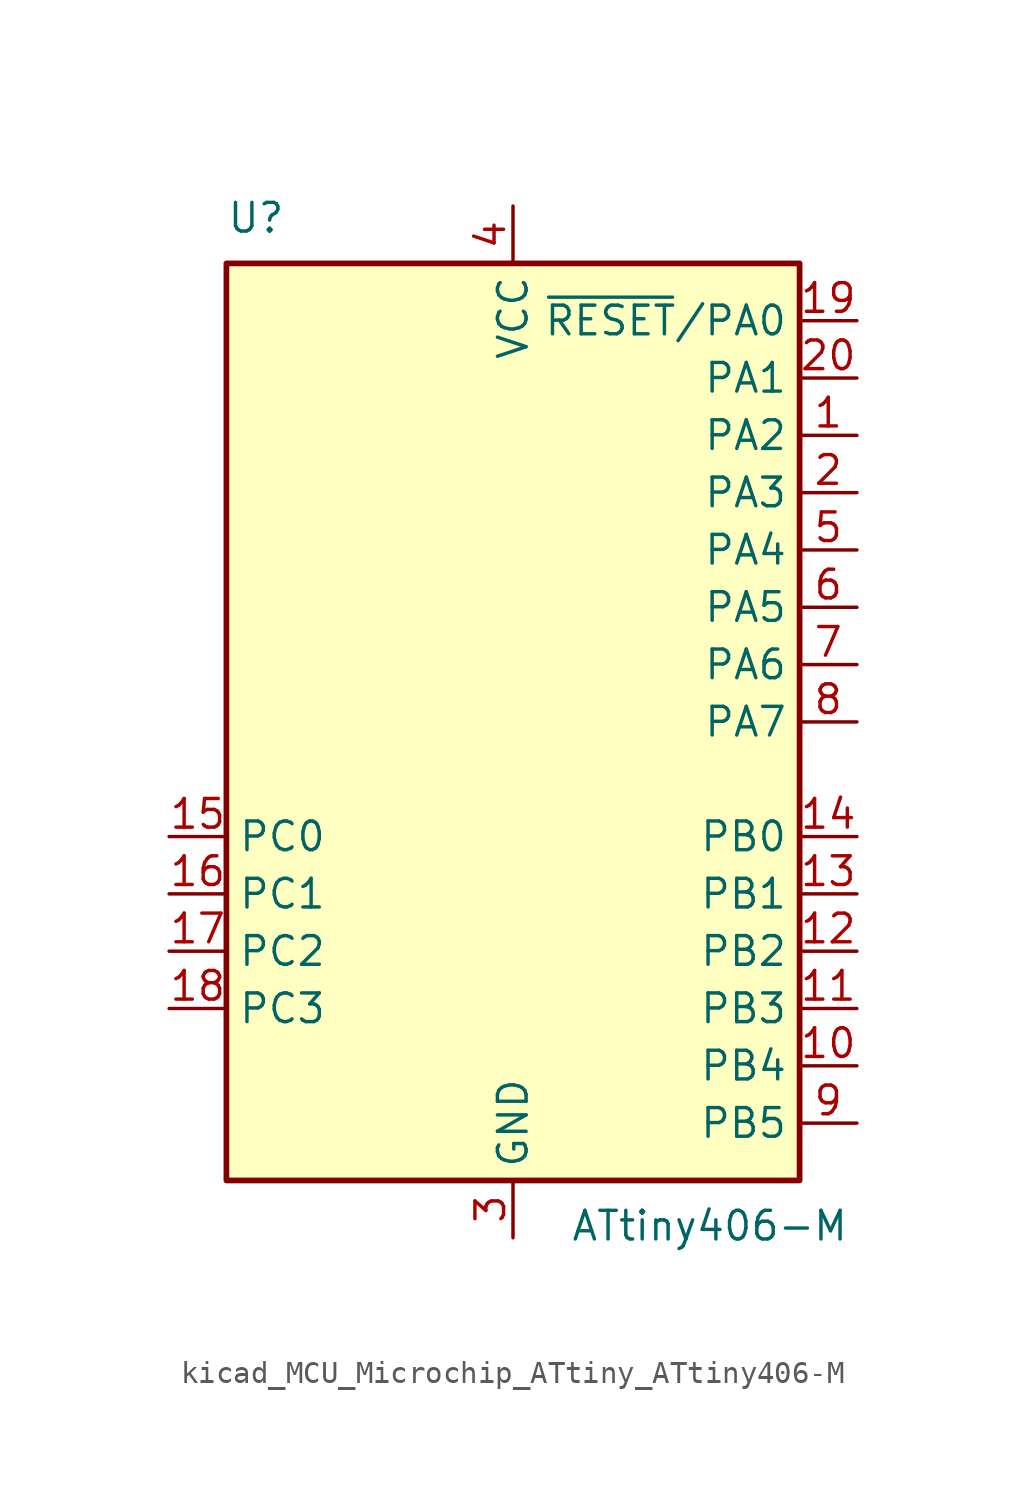
<source format=kicad_sym>
(kicad_symbol_lib
  (version 20220914)
  (generator kicad_symbol_editor)
  (symbol "kicad_MCU_Microchip_ATtiny_ATtiny406-M"
    (property "Reference" "U"
      (at -12.7 21.59 0)
      (effects (font (size 1.27 1.27)) (justify left bottom)))
    (property "Value" "ATtiny406-M"
      (at 2.54 -21.59 0)
      (effects (font (size 1.27 1.27)) (justify left top)))
    (symbol "kicad_MCU_Microchip_ATtiny_ATtiny406-M_0_1"
      (rectangle (start -12.7 -20.32) (end 12.7 20.32) (stroke (width 0.254) (type default)) (fill (type background))))
    (symbol "kicad_MCU_Microchip_ATtiny_ATtiny406-M_1_1"
      (pin bidirectional line (at 15.24 12.7 180) (length 2.54) (name "PA2" (effects (font (size 1.27 1.27)))) (number "1" (effects (font (size 1.27 1.27)))))
      (pin bidirectional line (at 15.24 -15.24 180) (length 2.54) (name "PB4" (effects (font (size 1.27 1.27)))) (number "10" (effects (font (size 1.27 1.27)))))
      (pin bidirectional line (at 15.24 -12.7 180) (length 2.54) (name "PB3" (effects (font (size 1.27 1.27)))) (number "11" (effects (font (size 1.27 1.27)))))
      (pin bidirectional line (at 15.24 -10.16 180) (length 2.54) (name "PB2" (effects (font (size 1.27 1.27)))) (number "12" (effects (font (size 1.27 1.27)))))
      (pin bidirectional line (at 15.24 -7.62 180) (length 2.54) (name "PB1" (effects (font (size 1.27 1.27)))) (number "13" (effects (font (size 1.27 1.27)))))
      (pin bidirectional line (at 15.24 -5.08 180) (length 2.54) (name "PB0" (effects (font (size 1.27 1.27)))) (number "14" (effects (font (size 1.27 1.27)))))
      (pin bidirectional line (at -15.24 -5.08 0) (length 2.54) (name "PC0" (effects (font (size 1.27 1.27)))) (number "15" (effects (font (size 1.27 1.27)))))
      (pin bidirectional line (at -15.24 -7.62 0) (length 2.54) (name "PC1" (effects (font (size 1.27 1.27)))) (number "16" (effects (font (size 1.27 1.27)))))
      (pin bidirectional line (at -15.24 -10.16 0) (length 2.54) (name "PC2" (effects (font (size 1.27 1.27)))) (number "17" (effects (font (size 1.27 1.27)))))
      (pin bidirectional line (at -15.24 -12.7 0) (length 2.54) (name "PC3" (effects (font (size 1.27 1.27)))) (number "18" (effects (font (size 1.27 1.27)))))
      (pin bidirectional line (at 15.24 17.78 180) (length 2.54) (name "~{RESET}/PA0" (effects (font (size 1.27 1.27)))) (number "19" (effects (font (size 1.27 1.27)))))
      (pin bidirectional line (at 15.24 10.16 180) (length 2.54) (name "PA3" (effects (font (size 1.27 1.27)))) (number "2" (effects (font (size 1.27 1.27)))))
      (pin bidirectional line (at 15.24 15.24 180) (length 2.54) (name "PA1" (effects (font (size 1.27 1.27)))) (number "20" (effects (font (size 1.27 1.27)))))
      (pin passive line (at 0 -22.86 90) (length 2.54) hide (name "GND" (effects (font (size 1.27 1.27)))) (number "21" (effects (font (size 1.27 1.27)))))
      (pin power_in line (at 0 -22.86 90) (length 2.54) (name "GND" (effects (font (size 1.27 1.27)))) (number "3" (effects (font (size 1.27 1.27)))))
      (pin power_in line (at 0 22.86 270) (length 2.54) (name "VCC" (effects (font (size 1.27 1.27)))) (number "4" (effects (font (size 1.27 1.27)))))
      (pin bidirectional line (at 15.24 7.62 180) (length 2.54) (name "PA4" (effects (font (size 1.27 1.27)))) (number "5" (effects (font (size 1.27 1.27)))))
      (pin bidirectional line (at 15.24 5.08 180) (length 2.54) (name "PA5" (effects (font (size 1.27 1.27)))) (number "6" (effects (font (size 1.27 1.27)))))
      (pin bidirectional line (at 15.24 2.54 180) (length 2.54) (name "PA6" (effects (font (size 1.27 1.27)))) (number "7" (effects (font (size 1.27 1.27)))))
      (pin bidirectional line (at 15.24 0 180) (length 2.54) (name "PA7" (effects (font (size 1.27 1.27)))) (number "8" (effects (font (size 1.27 1.27)))))
      (pin bidirectional line (at 15.24 -17.78 180) (length 2.54) (name "PB5" (effects (font (size 1.27 1.27)))) (number "9" (effects (font (size 1.27 1.27))))))))
</source>
